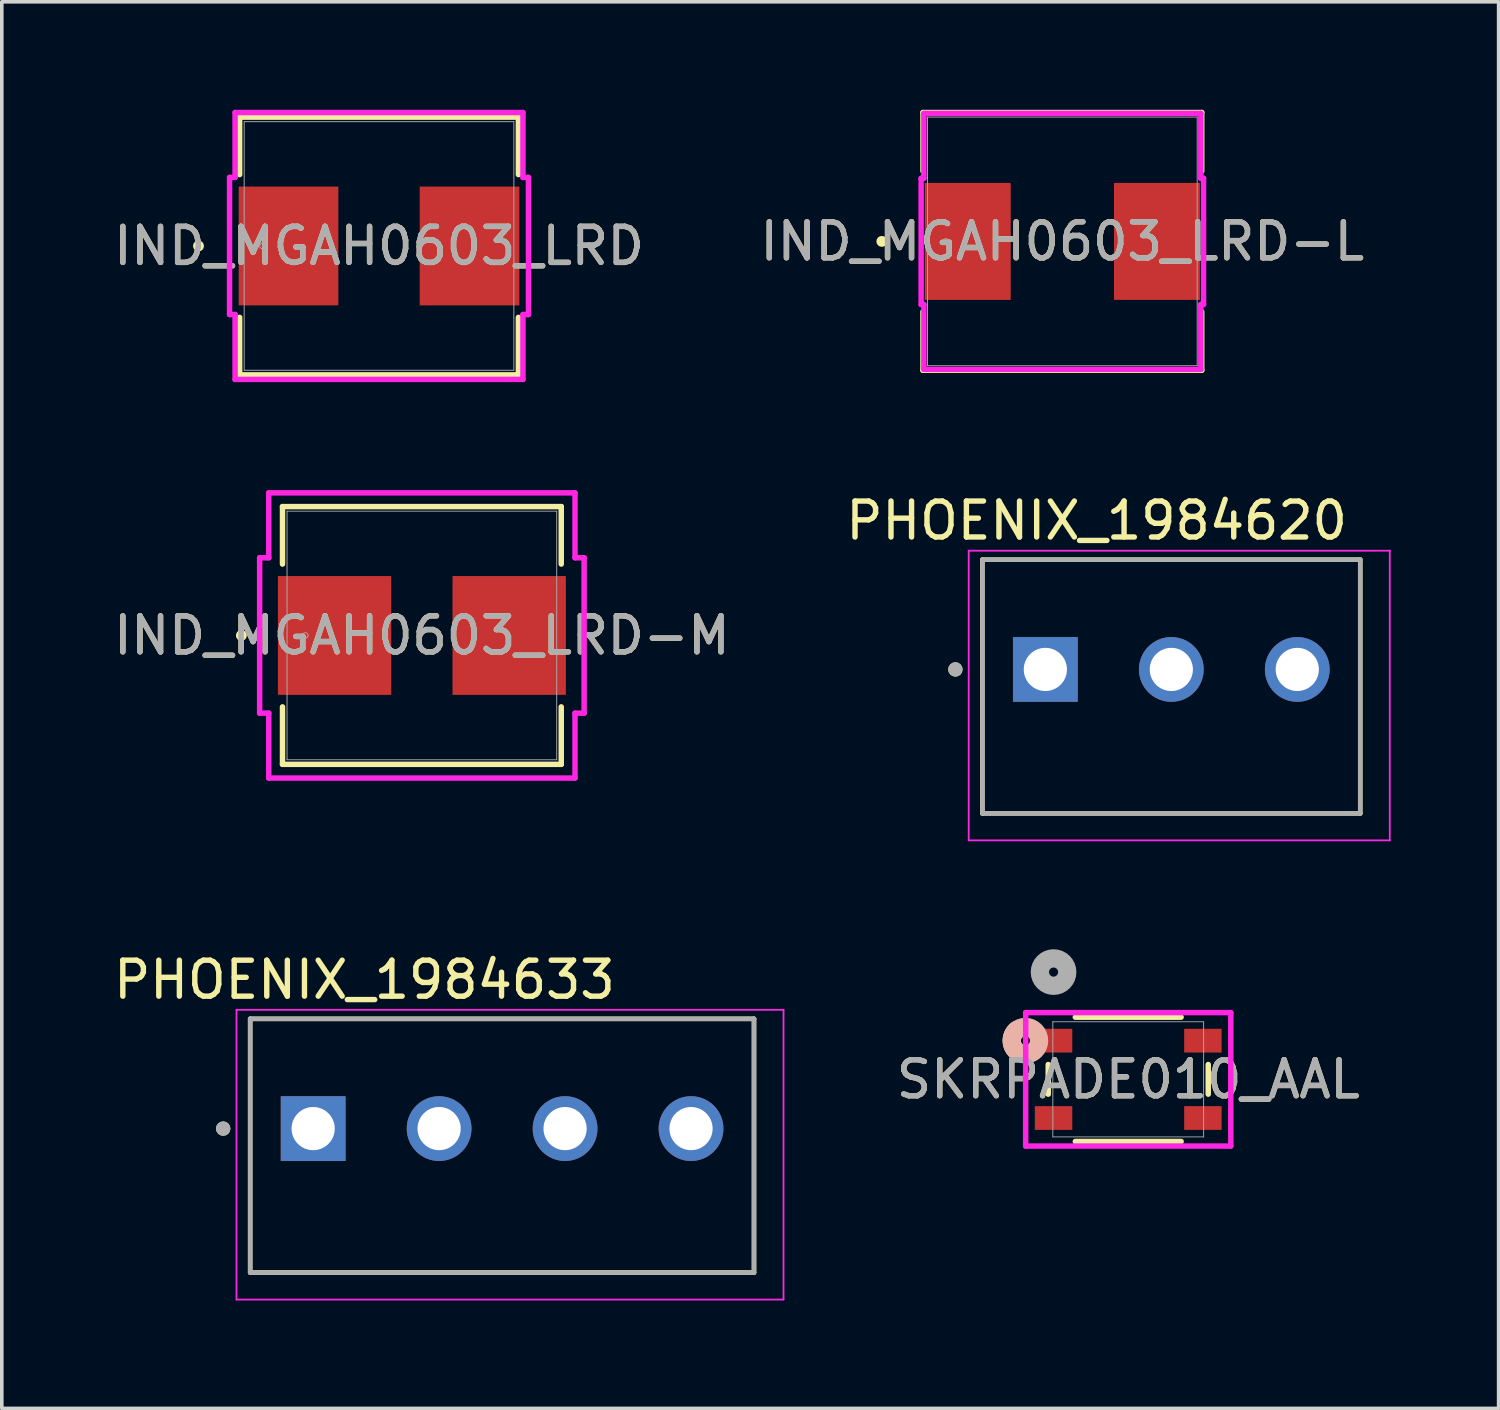
<source format=kicad_pcb>
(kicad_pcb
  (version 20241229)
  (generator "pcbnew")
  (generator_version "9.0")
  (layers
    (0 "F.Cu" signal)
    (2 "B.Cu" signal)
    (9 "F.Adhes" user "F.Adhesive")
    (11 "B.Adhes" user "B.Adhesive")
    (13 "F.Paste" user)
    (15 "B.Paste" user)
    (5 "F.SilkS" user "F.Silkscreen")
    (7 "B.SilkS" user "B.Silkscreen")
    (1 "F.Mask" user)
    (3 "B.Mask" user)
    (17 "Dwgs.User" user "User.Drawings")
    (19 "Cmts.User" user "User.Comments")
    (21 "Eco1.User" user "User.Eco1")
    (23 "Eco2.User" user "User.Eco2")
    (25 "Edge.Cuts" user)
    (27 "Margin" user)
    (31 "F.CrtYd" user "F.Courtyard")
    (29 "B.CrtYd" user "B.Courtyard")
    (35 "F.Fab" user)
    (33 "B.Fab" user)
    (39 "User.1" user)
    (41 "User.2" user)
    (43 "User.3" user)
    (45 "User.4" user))
  (footprint "IND_MGAH0603_LRD-L"
    (layer "F.Cu")
    (at 26.47 3.658)
    (property "Reference" "IND_MGAH0603_LRD-L" (at 0 0 0) (unlocked yes) (layer "F.SilkS") (effects (font (size 1 1) (thickness 0.15))))
    (attr smd)
    (fp_line (start -3.873 -3.581) (end -3.873 -1.954) (stroke (width 0.152) (type solid)) (layer "F.SilkS"))
    (fp_line (start -3.873 1.954) (end -3.873 3.581) (stroke (width 0.152) (type solid)) (layer "F.SilkS"))
    (fp_line (start -3.873 3.581) (end 3.873 3.581) (stroke (width 0.152) (type solid)) (layer "F.SilkS"))
    (fp_line (start 3.873 -3.581) (end -3.873 -3.581) (stroke (width 0.152) (type solid)) (layer "F.SilkS"))
    (fp_line (start 3.873 -1.954) (end 3.873 -3.581) (stroke (width 0.152) (type solid)) (layer "F.SilkS"))
    (fp_line (start 3.873 3.581) (end 3.873 1.954) (stroke (width 0.152) (type solid)) (layer "F.SilkS"))
    (fp_circle (center -5.016 0) (end -4.94 0) (stroke (width 0.152) (type solid)) (fill no) (layer "F.SilkS"))
    (fp_line (start -3.924 -1.753) (end -3.848 -1.753) (stroke (width 0.152) (type solid)) (layer "F.CrtYd"))
    (fp_line (start -3.924 1.753) (end -3.924 -1.753) (stroke (width 0.152) (type solid)) (layer "F.CrtYd"))
    (fp_line (start -3.848 -3.556) (end 3.848 -3.556) (stroke (width 0.152) (type solid)) (layer "F.CrtYd"))
    (fp_line (start -3.848 -1.753) (end -3.848 -3.556) (stroke (width 0.152) (type solid)) (layer "F.CrtYd"))
    (fp_line (start -3.848 1.753) (end -3.924 1.753) (stroke (width 0.152) (type solid)) (layer "F.CrtYd"))
    (fp_line (start -3.848 3.556) (end -3.848 1.753) (stroke (width 0.152) (type solid)) (layer "F.CrtYd"))
    (fp_line (start 3.848 -3.556) (end 3.848 -1.753) (stroke (width 0.152) (type solid)) (layer "F.CrtYd"))
    (fp_line (start 3.848 -1.753) (end 3.924 -1.753) (stroke (width 0.152) (type solid)) (layer "F.CrtYd"))
    (fp_line (start 3.848 1.753) (end 3.848 3.556) (stroke (width 0.152) (type solid)) (layer "F.CrtYd"))
    (fp_line (start 3.848 3.556) (end -3.848 3.556) (stroke (width 0.152) (type solid)) (layer "F.CrtYd"))
    (fp_line (start 3.924 -1.753) (end 3.924 1.753) (stroke (width 0.152) (type solid)) (layer "F.CrtYd"))
    (fp_line (start 3.924 1.753) (end 3.848 1.753) (stroke (width 0.152) (type solid)) (layer "F.CrtYd"))
    (fp_line (start -3.747 -3.454) (end -3.747 3.454) (stroke (width 0.025) (type solid)) (layer "F.Fab"))
    (fp_line (start -3.747 3.454) (end 3.747 3.454) (stroke (width 0.025) (type solid)) (layer "F.Fab"))
    (fp_line (start 3.747 -3.454) (end -3.747 -3.454) (stroke (width 0.025) (type solid)) (layer "F.Fab"))
    (fp_line (start 3.747 3.454) (end 3.747 -3.454) (stroke (width 0.025) (type solid)) (layer "F.Fab"))
    (fp_circle (center -3.239 0) (end -3.162 0) (stroke (width 0.025) (type solid)) (fill no) (layer "F.Fab"))
    (fp_text user "${REFERENCE}" (at 0 0 0) (unlocked yes) (layer "F.Fab") (effects (font (size 1 1) (thickness 0.15))))
    (pad "1" smd rect (at -2.629 0 90) (size 3.251 2.388) (layers "F.Cu" "F.Mask" "F.Paste"))
    (pad "2" smd rect (at 2.629 0 90) (size 3.251 2.388) (layers "F.Cu" "F.Mask" "F.Paste"))
    (zone (net_name "") (layer "F.Cu") (hatch full 0.508) (connect_pads) (min_thickness 0.254) (filled_areas_thickness no) (keepout (tracks not_allowed) (vias not_allowed) (pads allowed) (copperpour not_allowed) (footprints allowed)) (placement (enabled no)) (fill) (polygon (pts (xy 22.775 0.254) (xy 30.166 0.254) (xy 30.166 1.956) (xy 22.775 1.956))))
    (zone (net_name "") (layer "F.Cu") (hatch full 0.508) (connect_pads) (min_thickness 0.254) (filled_areas_thickness no) (keepout (tracks not_allowed) (vias not_allowed) (pads allowed) (copperpour not_allowed) (footprints allowed)) (placement (enabled no)) (fill) (polygon (pts (xy 22.775 5.359) (xy 30.166 5.359) (xy 30.166 7.061) (xy 22.775 7.061))))
    (zone (net_name "") (layer "F.Cu") (hatch full 0.508) (connect_pads) (min_thickness 0.254) (filled_areas_thickness no) (keepout (tracks not_allowed) (vias not_allowed) (pads allowed) (copperpour not_allowed) (footprints allowed)) (placement (enabled no)) (fill) (polygon (pts (xy 25.086 1.956) (xy 27.855 1.956) (xy 27.855 5.359) (xy 25.086 5.359)))))
  (footprint "PHOENIX_1984633"
    (layer "F.Cu")
    (at 3.902 32.311)
    (property "Reference" "PHOENIX_1984633" (at 3.175 -8.135 0) (layer "F.SilkS") (effects (font (size 1 1) (thickness 0.15))))
    (attr through_hole)
    (fp_line (start 0 -7.05) (end 0 0) (stroke (width 0.127) (type solid)) (layer "F.SilkS"))
    (fp_line (start 0 -7.05) (end 14 -7.05) (stroke (width 0.127) (type solid)) (layer "F.SilkS"))
    (fp_line (start 0 0) (end 14 0) (stroke (width 0.127) (type solid)) (layer "F.SilkS"))
    (fp_line (start 14 -7.05) (end 14 0) (stroke (width 0.127) (type solid)) (layer "F.SilkS"))
    (fp_circle (center -0.75 -4) (end -0.65 -4) (stroke (width 0.2) (type solid)) (fill no) (layer "F.SilkS"))
    (fp_line (start -0.38 -7.3) (end -0.38 0.75) (stroke (width 0.05) (type solid)) (layer "F.CrtYd"))
    (fp_line (start -0.38 0.75) (end 14.82 0.75) (stroke (width 0.05) (type solid)) (layer "F.CrtYd"))
    (fp_line (start 14.82 -7.3) (end -0.38 -7.3) (stroke (width 0.05) (type solid)) (layer "F.CrtYd"))
    (fp_line (start 14.82 0.75) (end 14.82 -7.3) (stroke (width 0.05) (type solid)) (layer "F.CrtYd"))
    (fp_line (start 0 -7.05) (end 0 0) (stroke (width 0.127) (type solid)) (layer "F.Fab"))
    (fp_line (start 0 -7.05) (end 14 -7.05) (stroke (width 0.127) (type solid)) (layer "F.Fab"))
    (fp_line (start 0 0) (end 14 0) (stroke (width 0.127) (type solid)) (layer "F.Fab"))
    (fp_line (start 14 -7.05) (end 14 0) (stroke (width 0.127) (type solid)) (layer "F.Fab"))
    (fp_circle (center -0.75 -4) (end -0.65 -4) (stroke (width 0.2) (type solid)) (fill no) (layer "F.Fab"))
    (pad "1" thru_hole rect (at 1.75 -4) (size 1.8 1.8) (drill 1.2) (layers "*.Cu" "*.Mask"))
    (pad "2" thru_hole circle (at 5.25 -4) (size 1.8 1.8) (drill 1.2) (layers "*.Cu" "*.Mask"))
    (pad "3" thru_hole circle (at 8.75 -4) (size 1.8 1.8) (drill 1.2) (layers "*.Cu" "*.Mask"))
    (pad "4" thru_hole circle (at 12.25 -4) (size 1.8 1.8) (drill 1.2) (layers "*.Cu" "*.Mask")))
  (footprint "IND_MGAH0603_LRD-M"
    (layer "F.Cu")
    (at 8.673 14.608)
    (property "Reference" "IND_MGAH0603_LRD-M" (at 0 0 0) (unlocked yes) (layer "F.SilkS") (effects (font (size 1 1) (thickness 0.15))))
    (attr smd)
    (fp_line (start -3.873 -3.581) (end -3.873 -1.984) (stroke (width 0.152) (type solid)) (layer "F.SilkS"))
    (fp_line (start -3.873 1.984) (end -3.873 3.581) (stroke (width 0.152) (type solid)) (layer "F.SilkS"))
    (fp_line (start -3.873 3.581) (end 3.873 3.581) (stroke (width 0.152) (type solid)) (layer "F.SilkS"))
    (fp_line (start 3.873 -3.581) (end -3.873 -3.581) (stroke (width 0.152) (type solid)) (layer "F.SilkS"))
    (fp_line (start 3.873 -1.984) (end 3.873 -3.581) (stroke (width 0.152) (type solid)) (layer "F.SilkS"))
    (fp_line (start 3.873 3.581) (end 3.873 1.984) (stroke (width 0.152) (type solid)) (layer "F.SilkS"))
    (fp_circle (center -5.016 0) (end -4.94 0) (stroke (width 0.152) (type solid)) (fill no) (layer "F.SilkS"))
    (fp_line (start -4.508 -2.159) (end -4.255 -2.159) (stroke (width 0.152) (type solid)) (layer "F.CrtYd"))
    (fp_line (start -4.508 2.159) (end -4.508 -2.159) (stroke (width 0.152) (type solid)) (layer "F.CrtYd"))
    (fp_line (start -4.255 -3.962) (end 4.255 -3.962) (stroke (width 0.152) (type solid)) (layer "F.CrtYd"))
    (fp_line (start -4.255 -2.159) (end -4.255 -3.962) (stroke (width 0.152) (type solid)) (layer "F.CrtYd"))
    (fp_line (start -4.255 2.159) (end -4.508 2.159) (stroke (width 0.152) (type solid)) (layer "F.CrtYd"))
    (fp_line (start -4.255 3.962) (end -4.255 2.159) (stroke (width 0.152) (type solid)) (layer "F.CrtYd"))
    (fp_line (start 4.255 -3.962) (end 4.255 -2.159) (stroke (width 0.152) (type solid)) (layer "F.CrtYd"))
    (fp_line (start 4.255 -2.159) (end 4.508 -2.159) (stroke (width 0.152) (type solid)) (layer "F.CrtYd"))
    (fp_line (start 4.255 2.159) (end 4.255 3.962) (stroke (width 0.152) (type solid)) (layer "F.CrtYd"))
    (fp_line (start 4.255 3.962) (end -4.255 3.962) (stroke (width 0.152) (type solid)) (layer "F.CrtYd"))
    (fp_line (start 4.508 -2.159) (end 4.508 2.159) (stroke (width 0.152) (type solid)) (layer "F.CrtYd"))
    (fp_line (start 4.508 2.159) (end 4.255 2.159) (stroke (width 0.152) (type solid)) (layer "F.CrtYd"))
    (fp_line (start -3.747 -3.454) (end -3.747 3.454) (stroke (width 0.025) (type solid)) (layer "F.Fab"))
    (fp_line (start -3.747 3.454) (end 3.747 3.454) (stroke (width 0.025) (type solid)) (layer "F.Fab"))
    (fp_line (start 3.747 -3.454) (end -3.747 -3.454) (stroke (width 0.025) (type solid)) (layer "F.Fab"))
    (fp_line (start 3.747 3.454) (end 3.747 -3.454) (stroke (width 0.025) (type solid)) (layer "F.Fab"))
    (fp_circle (center -3.239 0) (end -3.162 0) (stroke (width 0.025) (type solid)) (fill no) (layer "F.Fab"))
    (fp_text user "${REFERENCE}" (at 0 0 0) (unlocked yes) (layer "F.Fab") (effects (font (size 1 1) (thickness 0.15))))
    (pad "1" smd rect (at -2.426 0 90) (size 3.302 3.15) (layers "F.Cu" "F.Mask" "F.Paste"))
    (pad "2" smd rect (at 2.426 0 90) (size 3.302 3.15) (layers "F.Cu" "F.Mask" "F.Paste"))
    (zone (net_name "") (layer "F.Cu") (hatch full 0.508) (connect_pads) (min_thickness 0.254) (filled_areas_thickness no) (keepout (tracks not_allowed) (vias not_allowed) (pads allowed) (copperpour not_allowed) (footprints allowed)) (placement (enabled no)) (fill) (polygon (pts (xy 4.977 11.204) (xy 12.368 11.204) (xy 12.368 12.906) (xy 4.977 12.906))))
    (zone (net_name "") (layer "F.Cu") (hatch full 0.508) (connect_pads) (min_thickness 0.254) (filled_areas_thickness no) (keepout (tracks not_allowed) (vias not_allowed) (pads allowed) (copperpour not_allowed) (footprints allowed)) (placement (enabled no)) (fill) (polygon (pts (xy 4.977 16.31) (xy 12.368 16.31) (xy 12.368 18.011) (xy 4.977 18.011))))
    (zone (net_name "") (layer "F.Cu") (hatch full 0.508) (connect_pads) (min_thickness 0.254) (filled_areas_thickness no) (keepout (tracks not_allowed) (vias not_allowed) (pads allowed) (copperpour not_allowed) (footprints allowed)) (placement (enabled no)) (fill) (polygon (pts (xy 7.873 12.906) (xy 9.473 12.906) (xy 9.473 16.31) (xy 7.873 16.31)))))
  (footprint "PHOENIX_1984620"
    (layer "F.Cu")
    (at 24.248 19.552)
    (property "Reference" "PHOENIX_1984620" (at 3.175 -8.135 0) (layer "F.SilkS") (effects (font (size 1 1) (thickness 0.15))))
    (attr through_hole)
    (fp_line (start 0 -7.05) (end 0 0) (stroke (width 0.127) (type solid)) (layer "F.SilkS"))
    (fp_line (start 0 -7.05) (end 10.5 -7.05) (stroke (width 0.127) (type solid)) (layer "F.SilkS"))
    (fp_line (start 0 0) (end 10.5 0) (stroke (width 0.127) (type solid)) (layer "F.SilkS"))
    (fp_line (start 10.5 -7.05) (end 10.5 0) (stroke (width 0.127) (type solid)) (layer "F.SilkS"))
    (fp_circle (center -0.75 -4) (end -0.65 -4) (stroke (width 0.2) (type solid)) (fill no) (layer "F.SilkS"))
    (fp_line (start -0.38 -7.3) (end -0.38 0.75) (stroke (width 0.05) (type solid)) (layer "F.CrtYd"))
    (fp_line (start -0.38 0.75) (end 11.32 0.75) (stroke (width 0.05) (type solid)) (layer "F.CrtYd"))
    (fp_line (start 11.32 -7.3) (end -0.38 -7.3) (stroke (width 0.05) (type solid)) (layer "F.CrtYd"))
    (fp_line (start 11.32 0.75) (end 11.32 -7.3) (stroke (width 0.05) (type solid)) (layer "F.CrtYd"))
    (fp_line (start 0 -7.05) (end 0 0) (stroke (width 0.127) (type solid)) (layer "F.Fab"))
    (fp_line (start 0 -7.05) (end 10.5 -7.05) (stroke (width 0.127) (type solid)) (layer "F.Fab"))
    (fp_line (start 0 0) (end 10.5 0) (stroke (width 0.127) (type solid)) (layer "F.Fab"))
    (fp_line (start 10.5 -7.05) (end 10.5 0) (stroke (width 0.127) (type solid)) (layer "F.Fab"))
    (fp_circle (center -0.75 -4) (end -0.65 -4) (stroke (width 0.2) (type solid)) (fill no) (layer "F.Fab"))
    (pad "1" thru_hole rect (at 1.75 -4) (size 1.8 1.8) (drill 1.2) (layers "*.Cu" "*.Mask"))
    (pad "2" thru_hole circle (at 5.25 -4) (size 1.8 1.8) (drill 1.2) (layers "*.Cu" "*.Mask"))
    (pad "3" thru_hole circle (at 8.75 -4) (size 1.8 1.8) (drill 1.2) (layers "*.Cu" "*.Mask")))
  (footprint "IND_MGAH0603_LRD"
    (layer "F.Cu")
    (at 7.482 3.785)
    (property "Reference" "IND_MGAH0603_LRD" (at 0 0 0) (unlocked yes) (layer "F.SilkS") (effects (font (size 1 1) (thickness 0.15))))
    (attr smd)
    (fp_line (start -3.873 -3.581) (end -3.873 -1.984) (stroke (width 0.152) (type solid)) (layer "F.SilkS"))
    (fp_line (start -3.873 1.984) (end -3.873 3.581) (stroke (width 0.152) (type solid)) (layer "F.SilkS"))
    (fp_line (start -3.873 3.581) (end 3.873 3.581) (stroke (width 0.152) (type solid)) (layer "F.SilkS"))
    (fp_line (start 3.873 -3.581) (end -3.873 -3.581) (stroke (width 0.152) (type solid)) (layer "F.SilkS"))
    (fp_line (start 3.873 -1.984) (end 3.873 -3.581) (stroke (width 0.152) (type solid)) (layer "F.SilkS"))
    (fp_line (start 3.873 3.581) (end 3.873 1.984) (stroke (width 0.152) (type solid)) (layer "F.SilkS"))
    (fp_circle (center -5.016 0) (end -4.94 0) (stroke (width 0.152) (type solid)) (fill no) (layer "F.SilkS"))
    (fp_line (start -4.153 -1.905) (end -4 -1.905) (stroke (width 0.152) (type solid)) (layer "F.CrtYd"))
    (fp_line (start -4.153 1.905) (end -4.153 -1.905) (stroke (width 0.152) (type solid)) (layer "F.CrtYd"))
    (fp_line (start -4 -3.708) (end 4 -3.708) (stroke (width 0.152) (type solid)) (layer "F.CrtYd"))
    (fp_line (start -4 -1.905) (end -4 -3.708) (stroke (width 0.152) (type solid)) (layer "F.CrtYd"))
    (fp_line (start -4 1.905) (end -4.153 1.905) (stroke (width 0.152) (type solid)) (layer "F.CrtYd"))
    (fp_line (start -4 3.708) (end -4 1.905) (stroke (width 0.152) (type solid)) (layer "F.CrtYd"))
    (fp_line (start 4 -3.708) (end 4 -1.905) (stroke (width 0.152) (type solid)) (layer "F.CrtYd"))
    (fp_line (start 4 -1.905) (end 4.153 -1.905) (stroke (width 0.152) (type solid)) (layer "F.CrtYd"))
    (fp_line (start 4 1.905) (end 4 3.708) (stroke (width 0.152) (type solid)) (layer "F.CrtYd"))
    (fp_line (start 4 3.708) (end -4 3.708) (stroke (width 0.152) (type solid)) (layer "F.CrtYd"))
    (fp_line (start 4.153 -1.905) (end 4.153 1.905) (stroke (width 0.152) (type solid)) (layer "F.CrtYd"))
    (fp_line (start 4.153 1.905) (end 4 1.905) (stroke (width 0.152) (type solid)) (layer "F.CrtYd"))
    (fp_line (start -3.747 -3.454) (end -3.747 3.454) (stroke (width 0.025) (type solid)) (layer "F.Fab"))
    (fp_line (start -3.747 3.454) (end 3.747 3.454) (stroke (width 0.025) (type solid)) (layer "F.Fab"))
    (fp_line (start 3.747 -3.454) (end -3.747 -3.454) (stroke (width 0.025) (type solid)) (layer "F.Fab"))
    (fp_line (start 3.747 3.454) (end 3.747 -3.454) (stroke (width 0.025) (type solid)) (layer "F.Fab"))
    (fp_circle (center -3.239 0) (end -3.162 0) (stroke (width 0.025) (type solid)) (fill no) (layer "F.Fab"))
    (fp_text user "${REFERENCE}" (at 0 0 0) (unlocked yes) (layer "F.Fab") (effects (font (size 1 1) (thickness 0.15))))
    (pad "1" smd rect (at -2.515 0 90) (size 3.302 2.769) (layers "F.Cu" "F.Mask" "F.Paste"))
    (pad "2" smd rect (at 2.515 0 90) (size 3.302 2.769) (layers "F.Cu" "F.Mask" "F.Paste"))
    (zone (net_name "") (layer "F.Cu") (hatch full 0.508) (connect_pads) (min_thickness 0.254) (filled_areas_thickness no) (keepout (tracks not_allowed) (vias not_allowed) (pads allowed) (copperpour not_allowed) (footprints allowed)) (placement (enabled no)) (fill) (polygon (pts (xy 3.786 0.381) (xy 11.178 0.381) (xy 11.178 2.083) (xy 3.786 2.083))))
    (zone (net_name "") (layer "F.Cu") (hatch full 0.508) (connect_pads) (min_thickness 0.254) (filled_areas_thickness no) (keepout (tracks not_allowed) (vias not_allowed) (pads allowed) (copperpour not_allowed) (footprints allowed)) (placement (enabled no)) (fill) (polygon (pts (xy 3.786 5.486) (xy 11.178 5.486) (xy 11.178 7.188) (xy 3.786 7.188))))
    (zone (net_name "") (layer "F.Cu") (hatch full 0.508) (connect_pads) (min_thickness 0.254) (filled_areas_thickness no) (keepout (tracks not_allowed) (vias not_allowed) (pads allowed) (copperpour not_allowed) (footprints allowed)) (placement (enabled no)) (fill) (polygon (pts (xy 6.403 2.083) (xy 8.562 2.083) (xy 8.562 5.486) (xy 6.403 5.486)))))
  (footprint "SKRPADE010_AAL"
    (layer "F.Cu")
    (at 28.301 26.942)
    (property "Reference" "SKRPADE010_AAL" (at 0 0 0) (unlocked yes) (layer "F.SilkS") (effects (font (size 1 1) (thickness 0.15))))
    (attr smd)
    (fp_line (start -2.223 -0.412) (end -2.223 0.412) (stroke (width 0.152) (type solid)) (layer "F.SilkS"))
    (fp_line (start -1.47 1.727) (end 1.47 1.727) (stroke (width 0.152) (type solid)) (layer "F.SilkS"))
    (fp_line (start 1.47 -1.727) (end -1.47 -1.727) (stroke (width 0.152) (type solid)) (layer "F.SilkS"))
    (fp_line (start 2.223 0.412) (end 2.223 -0.412) (stroke (width 0.152) (type solid)) (layer "F.SilkS"))
    (fp_arc (start -3.10624 -0.7864) (mid -3.2385 -1.075) (end -3.10624 -1.363599) (stroke (width 0.508) (type solid)) (layer "F.SilkS"))
    (fp_circle (center -2.857 -1.075) (end -2.477 -1.075) (stroke (width 0.508) (type solid)) (fill no) (layer "B.SilkS"))
    (fp_line (start -2.85 -1.854) (end -2.85 1.854) (stroke (width 0.152) (type solid)) (layer "F.CrtYd"))
    (fp_line (start -2.85 1.854) (end 2.85 1.854) (stroke (width 0.152) (type solid)) (layer "F.CrtYd"))
    (fp_line (start 2.85 -1.854) (end -2.85 -1.854) (stroke (width 0.152) (type solid)) (layer "F.CrtYd"))
    (fp_line (start 2.85 1.854) (end 2.85 -1.854) (stroke (width 0.152) (type solid)) (layer "F.CrtYd"))
    (fp_line (start -2.095 -1.6) (end -2.095 1.6) (stroke (width 0.025) (type solid)) (layer "F.Fab"))
    (fp_line (start -2.095 1.6) (end 2.095 1.6) (stroke (width 0.025) (type solid)) (layer "F.Fab"))
    (fp_line (start 2.095 -1.6) (end -2.095 -1.6) (stroke (width 0.025) (type solid)) (layer "F.Fab"))
    (fp_line (start 2.095 1.6) (end 2.095 -1.6) (stroke (width 0.025) (type solid)) (layer "F.Fab"))
    (fp_circle (center -2.075 -2.98) (end -1.694 -2.98) (stroke (width 0.508) (type solid)) (fill no) (layer "F.Fab"))
    (fp_text user "${REFERENCE}" (at 0 0 0) (unlocked yes) (layer "F.Fab") (effects (font (size 1 1) (thickness 0.15))))
    (pad "1" smd rect (at -2.075 -1.075) (size 1.041 0.66) (layers "F.Cu" "F.Mask" "F.Paste"))
    (pad "2" smd rect (at -2.075 1.075) (size 1.041 0.66) (layers "F.Cu" "F.Mask" "F.Paste"))
    (pad "3" smd rect (at 2.075 -1.075) (size 1.041 0.66) (layers "F.Cu" "F.Mask" "F.Paste"))
    (pad "4" smd rect (at 2.075 1.075) (size 1.041 0.66) (layers "F.Cu" "F.Mask" "F.Paste")))
  (gr_rect
    (start -3 -3)
    (end 38.593 36.086)
    (stroke (width 0.1) (type default))
    (fill no)
    (layer "Edge.Cuts")))
</source>
